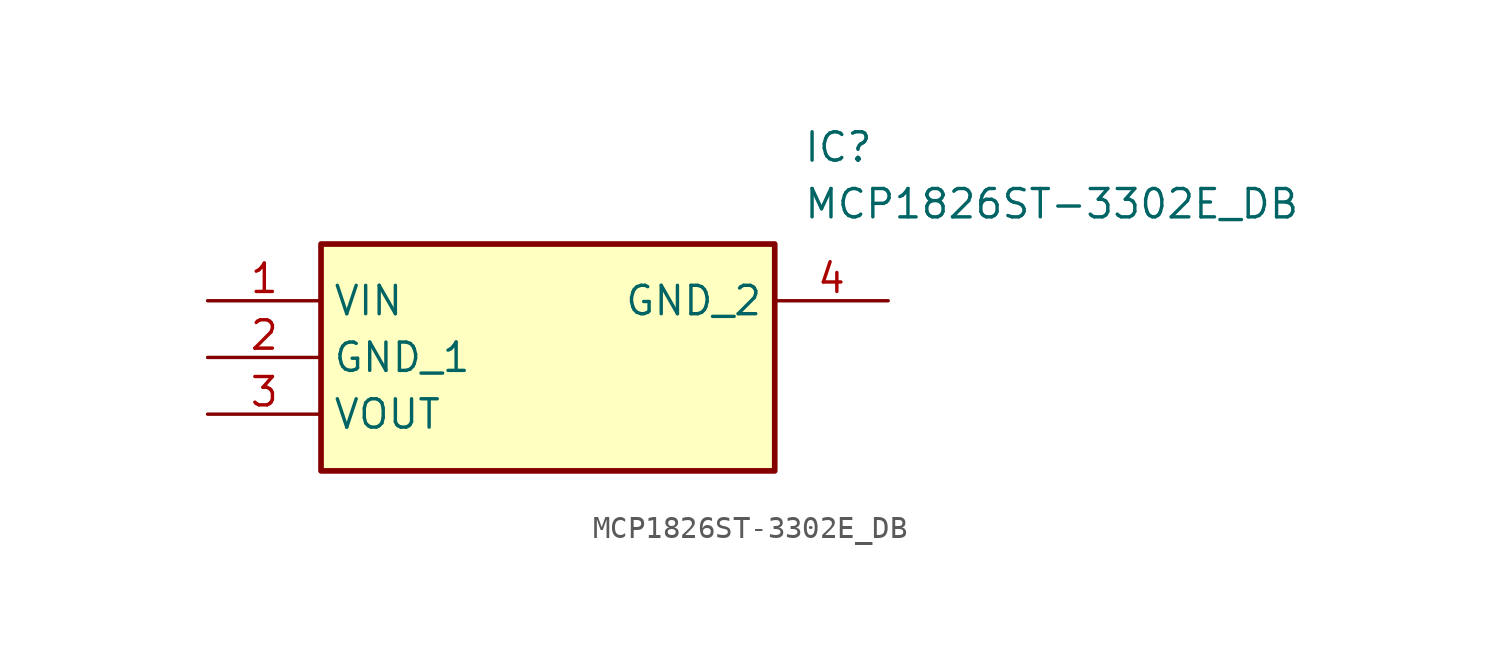
<source format=kicad_sym>
(kicad_symbol_lib
  (version 20211014)
  (generator SamacSys_ECAD_Model)
  (symbol "MCP1826ST-3302E_DB"
    (property "Reference" "IC"
      (at 26.67 7.62 0)
      (effects (font (size 1.27 1.27)) (justify left top)))
    (property "Value" "MCP1826ST-3302E_DB"
      (at 26.67 5.08 0)
      (effects (font (size 1.27 1.27)) (justify left top)))
    (rectangle
      (start 5.08 2.54)
      (end 25.4 -7.62)
      (stroke (width 0.254) (type default))
      (fill (type background)))
    (pin passive line
      (at 0 0 0)
      (length 5.08)
      (name "VIN" (effects (font (size 1.27 1.27))))
      (number "1" (effects (font (size 1.27 1.27)))))
    (pin passive line
      (at 0 -2.54 0)
      (length 5.08)
      (name "GND_1" (effects (font (size 1.27 1.27))))
      (number "2" (effects (font (size 1.27 1.27)))))
    (pin passive line
      (at 0 -5.08 0)
      (length 5.08)
      (name "VOUT" (effects (font (size 1.27 1.27))))
      (number "3" (effects (font (size 1.27 1.27)))))
    (pin passive line
      (at 30.48 0 180)
      (length 5.08)
      (name "GND_2" (effects (font (size 1.27 1.27))))
      (number "4" (effects (font (size 1.27 1.27)))))))
</source>
